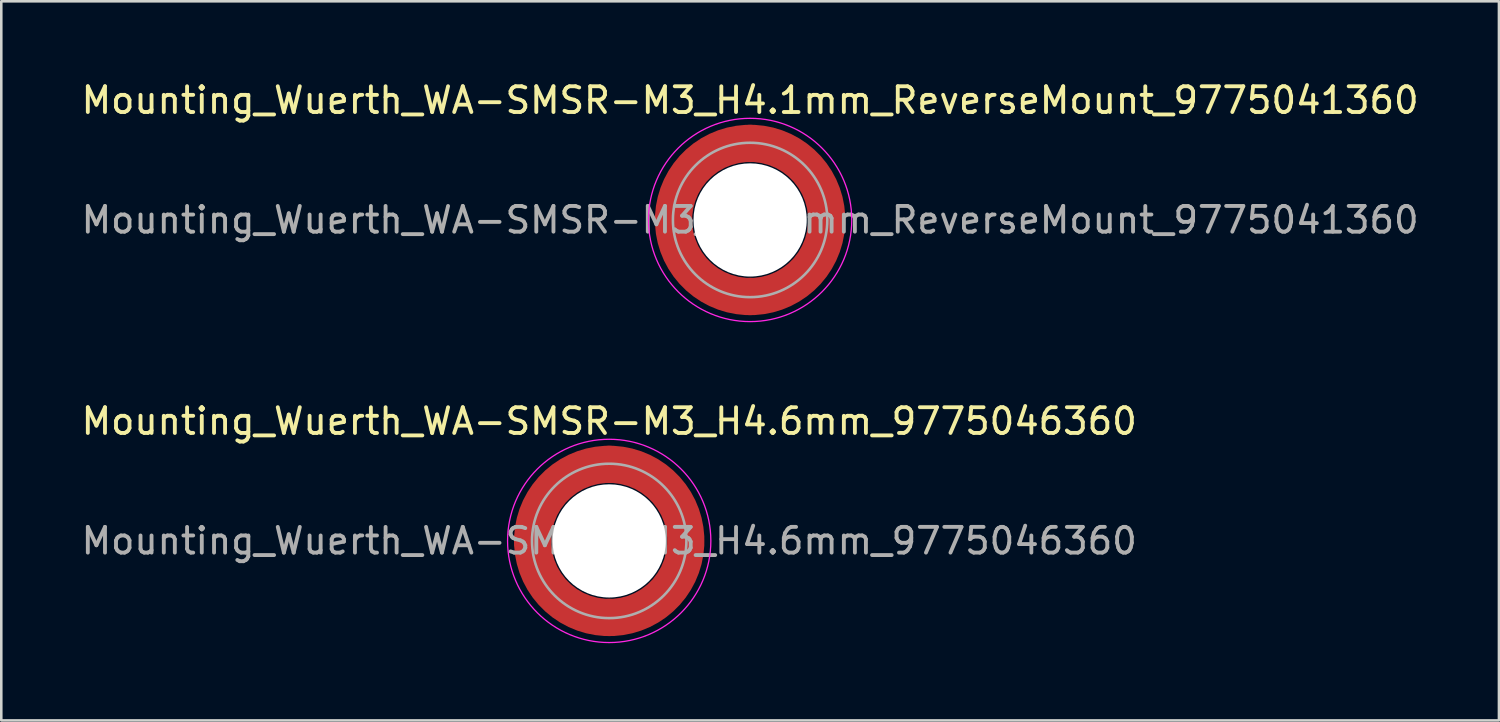
<source format=kicad_pcb>
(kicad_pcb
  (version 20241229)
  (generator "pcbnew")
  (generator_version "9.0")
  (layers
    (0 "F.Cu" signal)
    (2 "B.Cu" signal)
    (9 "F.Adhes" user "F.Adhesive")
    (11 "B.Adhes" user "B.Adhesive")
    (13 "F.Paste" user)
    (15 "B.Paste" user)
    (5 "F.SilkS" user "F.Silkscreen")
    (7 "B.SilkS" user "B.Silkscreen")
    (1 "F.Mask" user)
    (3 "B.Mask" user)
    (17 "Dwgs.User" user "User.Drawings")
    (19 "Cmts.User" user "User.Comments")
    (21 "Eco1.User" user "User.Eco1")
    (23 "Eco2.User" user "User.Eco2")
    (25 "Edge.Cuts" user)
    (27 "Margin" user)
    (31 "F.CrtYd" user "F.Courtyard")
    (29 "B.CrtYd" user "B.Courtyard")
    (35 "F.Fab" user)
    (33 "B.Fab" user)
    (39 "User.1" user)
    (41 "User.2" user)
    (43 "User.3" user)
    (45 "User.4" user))
  (footprint "Mounting_Wuerth_WA-SMSR-M3_H4.6mm_9775046360"
    (layer "F.Cu")
    (at 20.625 17.971)
    (property "Reference" "Mounting_Wuerth_WA-SMSR-M3_H4.6mm_9775046360" (at 0 -4.65 0) (layer "F.SilkS") (effects (font (size 1 1) (thickness 0.15))))
    (attr smd)
    (fp_circle (center 0 0) (end 3.95 0) (stroke (width 0.05) (type solid)) (fill no) (layer "F.CrtYd"))
    (fp_circle (center 0 0) (end 3 0) (stroke (width 0.1) (type solid)) (fill no) (layer "F.Fab"))
    (fp_text user "${REFERENCE}" (at 0 0 0) (layer "F.Fab") (effects (font (size 1 1) (thickness 0.15))))
    (pad "" smd custom (at -2.095 -2.095) (size 1.345 1.345) (layers "F.Paste") (options (anchor circle)) (primitives (gr_arc (start -0.426133 1.358554) (mid 0.237765 0.237765) (end 1.358554 -0.426133) (width 0.6725)) (gr_arc (start -0.774751 1.358554) (mid 0 0) (end 1.358554 -0.774751) (width 0.6725)) (gr_arc (start -1.120735 1.358554) (mid -0.237765 -0.237765) (end 1.358554 -1.120735) (width 0.6725)) (gr_arc (start -1.120735 1.358554) (mid -0.237765 -0.237765) (end 1.358554 -1.120735) (width 0.6725)) (gr_line (start 1.359 -0.426) (end 1.359 -1.121) (width 0.672)) (gr_line (start -0.426 1.359) (end -1.121 1.359) (width 0.672))))
    (pad "" smd custom (at -2.095 2.095) (size 1.345 1.345) (layers "F.Paste") (options (anchor circle)) (primitives (gr_arc (start 1.358554 0.426133) (mid 0.237765 -0.237765) (end -0.426133 -1.358554) (width 0.6725)) (gr_arc (start 1.358554 0.774751) (mid 0 0) (end -0.774751 -1.358554) (width 0.6725)) (gr_arc (start 1.358554 1.120735) (mid -0.237765 0.237765) (end -1.120735 -1.358554) (width 0.6725)) (gr_arc (start 1.358554 1.120735) (mid -0.237765 0.237765) (end -1.120735 -1.358554) (width 0.6725)) (gr_line (start -0.426 -1.359) (end -1.121 -1.359) (width 0.672)) (gr_line (start 1.359 0.426) (end 1.359 1.121) (width 0.672))))
    (pad "" np_thru_hole circle (at 0 0) (size 4.4 4.4) (drill 4.4) (layers "*.Cu" "*.Mask"))
    (pad "" smd custom (at 2.095 -2.095) (size 1.345 1.345) (layers "F.Paste") (options (anchor circle)) (primitives (gr_arc (start -1.358554 -0.426133) (mid -0.237765 0.237765) (end 0.426133 1.358554) (width 0.6725)) (gr_arc (start -1.358554 -0.774751) (mid 0 0) (end 0.774751 1.358554) (width 0.6725)) (gr_arc (start -1.358554 -1.120735) (mid 0.237765 -0.237765) (end 1.120735 1.358554) (width 0.6725)) (gr_arc (start -1.358554 -1.120735) (mid 0.237765 -0.237765) (end 1.120735 1.358554) (width 0.6725)) (gr_line (start 0.426 1.359) (end 1.121 1.359) (width 0.672)) (gr_line (start -1.359 -0.426) (end -1.359 -1.121) (width 0.672))))
    (pad "" smd custom (at 2.095 2.095) (size 1.345 1.345) (layers "F.Paste") (options (anchor circle)) (primitives (gr_arc (start 0.426133 -1.358554) (mid -0.237765 -0.237765) (end -1.358554 0.426133) (width 0.6725)) (gr_arc (start 0.774751 -1.358554) (mid 0 0) (end -1.358554 0.774751) (width 0.6725)) (gr_arc (start 1.120735 -1.358554) (mid 0.237765 0.237765) (end -1.358554 1.120735) (width 0.6725)) (gr_arc (start 1.120735 -1.358554) (mid 0.237765 0.237765) (end -1.358554 1.120735) (width 0.6725)) (gr_line (start -1.359 0.426) (end -1.359 1.121) (width 0.672)) (gr_line (start 0.426 -1.359) (end 1.121 -1.359) (width 0.672))))
    (pad "1" smd circle (at -2.975 0) (size 1.45 1.45) (layers "F.Cu"))
    (pad "1" smd circle (at 0 -2.975) (size 1.45 1.45) (layers "F.Cu"))
    (pad "1" smd circle (at 0 2.975) (size 1.45 1.45) (layers "F.Cu"))
    (pad "1" smd custom (at 2.975 0) (size 1.45 1.45) (layers "F.Cu" "F.Mask") (options (anchor circle)) (primitives (gr_circle (center -2.975 0) (end 0 0) (width 1.45) (fill no)))))
  (footprint "Mounting_Wuerth_WA-SMSR-M3_H4.1mm_ReverseMount_9775041360"
    (layer "F.Cu")
    (at 26.101 5.498)
    (property "Reference" "Mounting_Wuerth_WA-SMSR-M3_H4.1mm_ReverseMount_9775041360" (at 0 -4.65 0) (layer "F.SilkS") (effects (font (size 1 1) (thickness 0.15))))
    (attr smd)
    (fp_circle (center 0 0) (end 3.95 0) (stroke (width 0.05) (type solid)) (fill no) (layer "F.CrtYd"))
    (fp_circle (center 0 0) (end 3 0) (stroke (width 0.1) (type solid)) (fill no) (layer "F.Fab"))
    (fp_text user "${REFERENCE}" (at 0 0 0) (layer "F.Fab") (effects (font (size 1 1) (thickness 0.15))))
    (pad "" smd custom (at -2.095 -2.095) (size 0.672 0.672) (layers "F.Paste") (options (anchor circle)) (primitives (gr_arc (start -0.24231 1.594804) (mid 0.404819 0.404819) (end 1.594804 -0.24231) (width 0.2)) (gr_arc (start -0.3398 1.594804) (mid 0.337349 0.337349) (end 1.594804 -0.3398) (width 0.2)) (gr_arc (start -0.437132 1.594804) (mid 0.269879 0.269879) (end 1.594804 -0.437132) (width 0.2)) (gr_arc (start -0.534324 1.594804) (mid 0.202409 0.202409) (end 1.594804 -0.534324) (width 0.2)) (gr_arc (start -0.631391 1.594804) (mid 0.134939 0.134939) (end 1.594804 -0.631391) (width 0.2)) (gr_arc (start -0.728345 1.594804) (mid 0.06747 0.06747) (end 1.594804 -0.728345) (width 0.2)) (gr_arc (start -0.825197 1.594804) (mid 0 0) (end 1.594804 -0.825197) (width 0.2)) (gr_arc (start -0.921958 1.594804) (mid -0.067469 -0.067469) (end 1.594804 -0.921958) (width 0.2)) (gr_arc (start -1.018637 1.594804) (mid -0.13494 -0.13494) (end 1.594804 -1.018637) (width 0.2)) (gr_arc (start -1.115239 1.594804) (mid -0.202409 -0.202409) (end 1.594804 -1.115239) (width 0.2)) (gr_arc (start -1.211773 1.594804) (mid -0.269879 -0.269879) (end 1.594804 -1.211773) (width 0.2)) (gr_arc (start -1.308244 1.594804) (mid -0.337349 -0.337349) (end 1.594804 -1.308244) (width 0.2)) (gr_arc (start -1.404657 1.594804) (mid -0.404819 -0.404819) (end 1.594804 -1.404657) (width 0.2)) (gr_arc (start -1.404657 1.594804) (mid -0.404819 -0.404819) (end 1.594804 -1.404657) (width 0.2)) (gr_line (start 1.595 -0.242) (end 1.595 -1.405) (width 0.2)) (gr_line (start -0.242 1.595) (end -1.405 1.595) (width 0.2))))
    (pad "" smd custom (at -2.095 2.095) (size 0.672 0.672) (layers "F.Paste") (options (anchor circle)) (primitives (gr_arc (start 1.594804 0.24231) (mid 0.404819 -0.404819) (end -0.24231 -1.594804) (width 0.2)) (gr_arc (start 1.594804 0.3398) (mid 0.337349 -0.337349) (end -0.3398 -1.594804) (width 0.2)) (gr_arc (start 1.594804 0.437132) (mid 0.269879 -0.269879) (end -0.437132 -1.594804) (width 0.2)) (gr_arc (start 1.594804 0.534324) (mid 0.202409 -0.202409) (end -0.534324 -1.594804) (width 0.2)) (gr_arc (start 1.594804 0.631391) (mid 0.134939 -0.134939) (end -0.631391 -1.594804) (width 0.2)) (gr_arc (start 1.594804 0.728345) (mid 0.06747 -0.06747) (end -0.728345 -1.594804) (width 0.2)) (gr_arc (start 1.594804 0.825197) (mid 0 0) (end -0.825197 -1.594804) (width 0.2)) (gr_arc (start 1.594804 0.921958) (mid -0.067469 0.067469) (end -0.921958 -1.594804) (width 0.2)) (gr_arc (start 1.594804 1.018637) (mid -0.13494 0.13494) (end -1.018637 -1.594804) (width 0.2)) (gr_arc (start 1.594804 1.115239) (mid -0.202409 0.202409) (end -1.115239 -1.594804) (width 0.2)) (gr_arc (start 1.594804 1.211773) (mid -0.269879 0.269879) (end -1.211773 -1.594804) (width 0.2)) (gr_arc (start 1.594804 1.308244) (mid -0.337349 0.337349) (end -1.308244 -1.594804) (width 0.2)) (gr_arc (start 1.594804 1.404657) (mid -0.404819 0.404819) (end -1.404657 -1.594804) (width 0.2)) (gr_arc (start 1.594804 1.404657) (mid -0.404819 0.404819) (end -1.404657 -1.594804) (width 0.2)) (gr_line (start -0.242 -1.595) (end -1.405 -1.595) (width 0.2)) (gr_line (start 1.595 0.242) (end 1.595 1.405) (width 0.2))))
    (pad "" np_thru_hole circle (at 0 0) (size 4.4 4.4) (drill 4.4) (layers "*.Cu" "*.Mask"))
    (pad "" smd custom (at 2.095 -2.095) (size 0.672 0.672) (layers "F.Paste") (options (anchor circle)) (primitives (gr_arc (start -1.594804 -0.24231) (mid -0.404819 0.404819) (end 0.24231 1.594804) (width 0.2)) (gr_arc (start -1.594804 -0.3398) (mid -0.337349 0.337349) (end 0.3398 1.594804) (width 0.2)) (gr_arc (start -1.594804 -0.437132) (mid -0.269879 0.269879) (end 0.437132 1.594804) (width 0.2)) (gr_arc (start -1.594804 -0.534324) (mid -0.202409 0.202409) (end 0.534324 1.594804) (width 0.2)) (gr_arc (start -1.594804 -0.631391) (mid -0.134939 0.134939) (end 0.631391 1.594804) (width 0.2)) (gr_arc (start -1.594804 -0.728345) (mid -0.06747 0.06747) (end 0.728345 1.594804) (width 0.2)) (gr_arc (start -1.594804 -0.825197) (mid 0 0) (end 0.825197 1.594804) (width 0.2)) (gr_arc (start -1.594804 -0.921958) (mid 0.067469 -0.067469) (end 0.921958 1.594804) (width 0.2)) (gr_arc (start -1.594804 -1.018637) (mid 0.13494 -0.13494) (end 1.018637 1.594804) (width 0.2)) (gr_arc (start -1.594804 -1.115239) (mid 0.202409 -0.202409) (end 1.115239 1.594804) (width 0.2)) (gr_arc (start -1.594804 -1.211773) (mid 0.269879 -0.269879) (end 1.211773 1.594804) (width 0.2)) (gr_arc (start -1.594804 -1.308244) (mid 0.337349 -0.337349) (end 1.308244 1.594804) (width 0.2)) (gr_arc (start -1.594804 -1.404657) (mid 0.404819 -0.404819) (end 1.404657 1.594804) (width 0.2)) (gr_arc (start -1.594804 -1.404657) (mid 0.404819 -0.404819) (end 1.404657 1.594804) (width 0.2)) (gr_line (start 0.242 1.595) (end 1.405 1.595) (width 0.2)) (gr_line (start -1.595 -0.242) (end -1.595 -1.405) (width 0.2))))
    (pad "" smd custom (at 2.095 2.095) (size 0.672 0.672) (layers "F.Paste") (options (anchor circle)) (primitives (gr_arc (start 0.24231 -1.594804) (mid -0.404819 -0.404819) (end -1.594804 0.24231) (width 0.2)) (gr_arc (start 0.3398 -1.594804) (mid -0.337349 -0.337349) (end -1.594804 0.3398) (width 0.2)) (gr_arc (start 0.437132 -1.594804) (mid -0.269879 -0.269879) (end -1.594804 0.437132) (width 0.2)) (gr_arc (start 0.534324 -1.594804) (mid -0.202409 -0.202409) (end -1.594804 0.534324) (width 0.2)) (gr_arc (start 0.631391 -1.594804) (mid -0.134939 -0.134939) (end -1.594804 0.631391) (width 0.2)) (gr_arc (start 0.728345 -1.594804) (mid -0.06747 -0.06747) (end -1.594804 0.728345) (width 0.2)) (gr_arc (start 0.825197 -1.594804) (mid 0 0) (end -1.594804 0.825197) (width 0.2)) (gr_arc (start 0.921958 -1.594804) (mid 0.067469 0.067469) (end -1.594804 0.921958) (width 0.2)) (gr_arc (start 1.018637 -1.594804) (mid 0.13494 0.13494) (end -1.594804 1.018637) (width 0.2)) (gr_arc (start 1.115239 -1.594804) (mid 0.202409 0.202409) (end -1.594804 1.115239) (width 0.2)) (gr_arc (start 1.211773 -1.594804) (mid 0.269879 0.269879) (end -1.594804 1.211773) (width 0.2)) (gr_arc (start 1.308244 -1.594804) (mid 0.337349 0.337349) (end -1.594804 1.308244) (width 0.2)) (gr_arc (start 1.404657 -1.594804) (mid 0.404819 0.404819) (end -1.594804 1.404657) (width 0.2)) (gr_arc (start 1.404657 -1.594804) (mid 0.404819 0.404819) (end -1.594804 1.404657) (width 0.2)) (gr_line (start -1.595 0.242) (end -1.595 1.405) (width 0.2)) (gr_line (start 0.242 -1.595) (end 1.405 -1.595) (width 0.2))))
    (pad "1" smd circle (at -2.975 0) (size 1.45 1.45) (layers "F.Cu"))
    (pad "1" smd circle (at 0 -2.975) (size 1.45 1.45) (layers "F.Cu"))
    (pad "1" smd circle (at 0 2.975) (size 1.45 1.45) (layers "F.Cu"))
    (pad "1" smd custom (at 2.975 0) (size 1.45 1.45) (layers "F.Cu" "F.Mask") (options (anchor circle)) (primitives (gr_circle (center -2.975 0) (end 0 0) (width 1.45) (fill no)))))
  (gr_rect
    (start -3 -3)
    (end 55.202 24.947)
    (stroke (width 0.1) (type default))
    (fill no)
    (layer "Edge.Cuts")))
</source>
